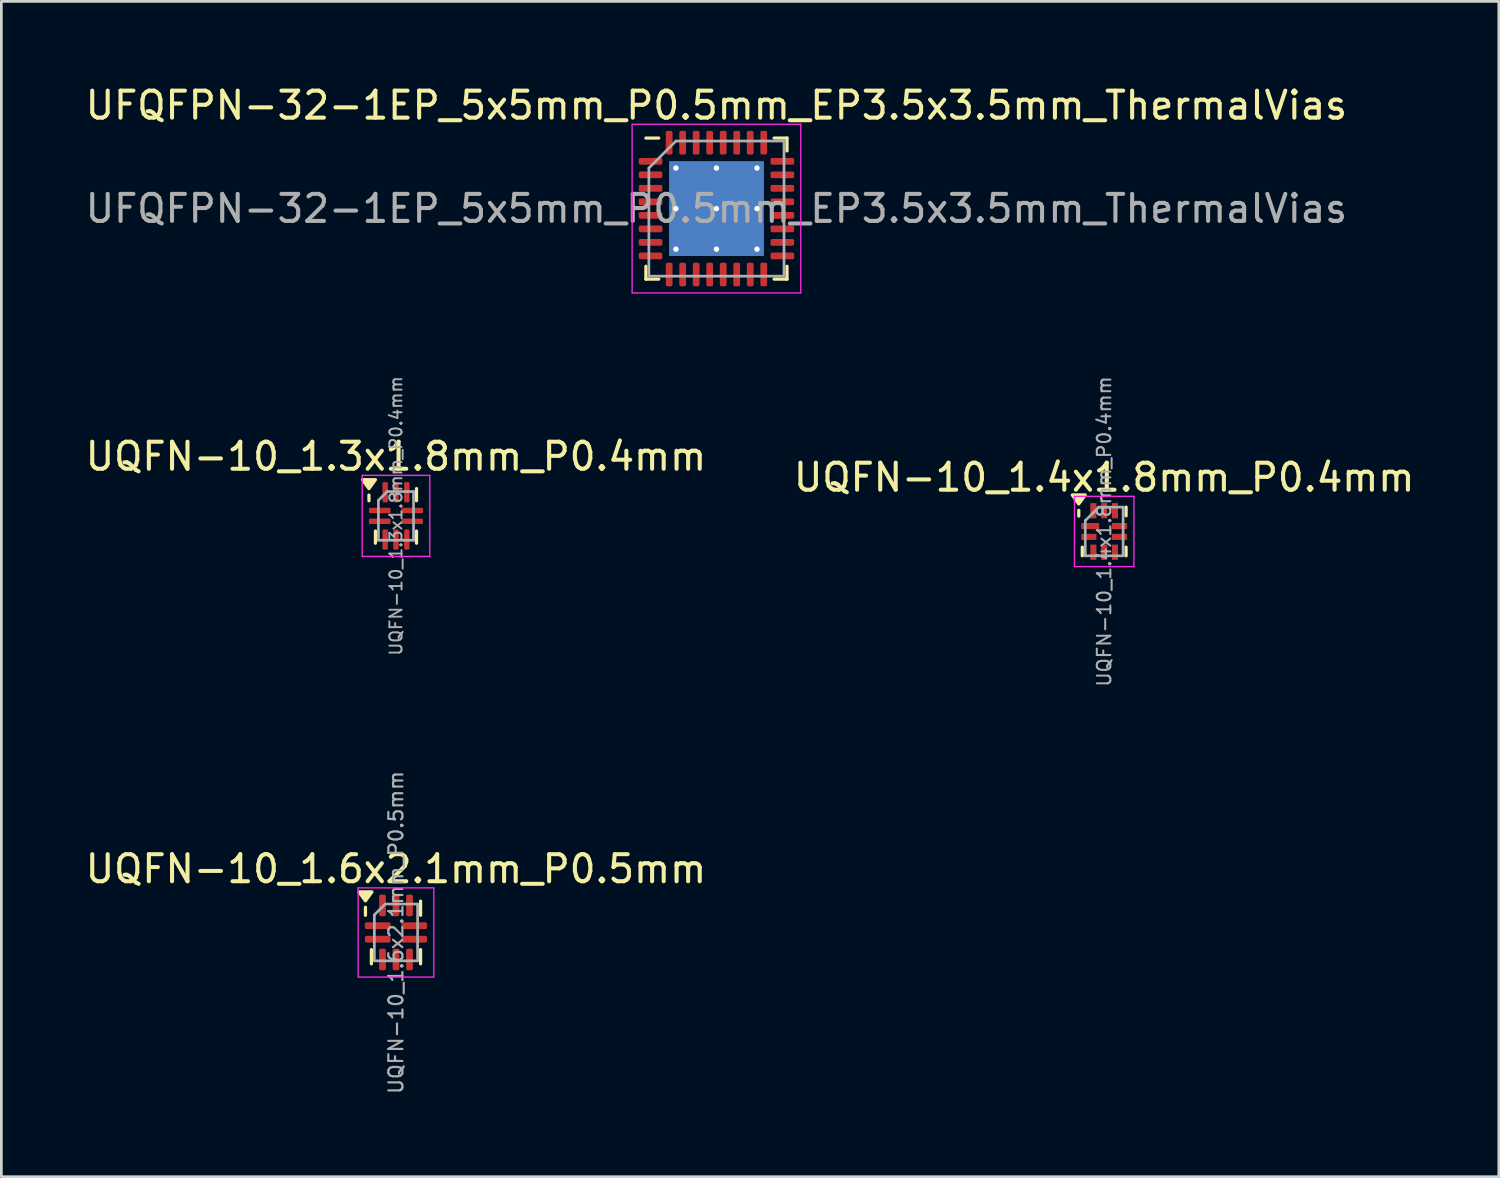
<source format=kicad_pcb>
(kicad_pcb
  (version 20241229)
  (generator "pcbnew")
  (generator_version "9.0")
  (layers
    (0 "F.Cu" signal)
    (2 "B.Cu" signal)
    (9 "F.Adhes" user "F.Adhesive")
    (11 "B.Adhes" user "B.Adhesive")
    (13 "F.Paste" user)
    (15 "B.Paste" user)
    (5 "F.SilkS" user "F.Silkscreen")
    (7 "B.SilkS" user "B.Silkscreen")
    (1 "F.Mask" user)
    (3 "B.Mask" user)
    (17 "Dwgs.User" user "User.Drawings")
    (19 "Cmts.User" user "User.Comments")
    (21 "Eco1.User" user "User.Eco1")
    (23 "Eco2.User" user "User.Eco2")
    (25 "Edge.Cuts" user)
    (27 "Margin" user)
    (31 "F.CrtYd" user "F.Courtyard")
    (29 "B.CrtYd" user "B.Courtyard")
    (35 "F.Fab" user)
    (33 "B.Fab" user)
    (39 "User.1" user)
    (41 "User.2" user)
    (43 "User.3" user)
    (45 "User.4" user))
  (footprint "UQFN-10_1.3x1.8mm_P0.4mm"
    (layer "F.Cu")
    (at 11.601 16.038)
    (property "Reference" "UQFN-10_1.3x1.8mm_P0.4mm" (at 0 -2.2 0) (layer "F.SilkS") (effects (font (size 1 1) (thickness 0.15))))
    (attr smd)
    (fp_line (start -1 -0.56) (end -1 -0.77) (stroke (width 0.12) (type solid)) (layer "F.SilkS"))
    (fp_line (start -0.76 1.01) (end -0.76 0.56) (stroke (width 0.12) (type solid)) (layer "F.SilkS"))
    (fp_line (start 0.76 -1.01) (end 0.76 -0.56) (stroke (width 0.12) (type solid)) (layer "F.SilkS"))
    (fp_line (start 0.76 1.01) (end 0.76 0.56) (stroke (width 0.12) (type solid)) (layer "F.SilkS"))
    (fp_poly (pts (xy -1 -1.01) (xy -1.24 -1.34) (xy -0.76 -1.34) (xy -1 -1.01)) (stroke (width 0.12) (type solid)) (fill yes) (layer "F.SilkS"))
    (fp_line (start -1.25 -1.5) (end -1.25 1.5) (stroke (width 0.05) (type solid)) (layer "F.CrtYd"))
    (fp_line (start -1.25 1.5) (end 1.25 1.5) (stroke (width 0.05) (type solid)) (layer "F.CrtYd"))
    (fp_line (start 1.25 -1.5) (end -1.25 -1.5) (stroke (width 0.05) (type solid)) (layer "F.CrtYd"))
    (fp_line (start 1.25 1.5) (end 1.25 -1.5) (stroke (width 0.05) (type solid)) (layer "F.CrtYd"))
    (fp_line (start -0.65 -0.575) (end -0.325 -0.9) (stroke (width 0.1) (type solid)) (layer "F.Fab"))
    (fp_line (start -0.65 0.9) (end -0.65 -0.575) (stroke (width 0.1) (type solid)) (layer "F.Fab"))
    (fp_line (start -0.325 -0.9) (end 0.65 -0.9) (stroke (width 0.1) (type solid)) (layer "F.Fab"))
    (fp_line (start 0.65 -0.9) (end 0.65 0.9) (stroke (width 0.1) (type solid)) (layer "F.Fab"))
    (fp_line (start 0.65 0.9) (end -0.65 0.9) (stroke (width 0.1) (type solid)) (layer "F.Fab"))
    (fp_text user "${REFERENCE}" (at 0 0 90) (layer "F.Fab") (effects (font (size 0.45 0.45) (thickness 0.07))))
    (pad "1" smd roundrect (at -0.6 -0.2) (size 0.8 0.2) (layers "F.Cu" "F.Mask" "F.Paste") (roundrect_rratio 0.25))
    (pad "2" smd roundrect (at -0.6 0.2) (size 0.8 0.2) (layers "F.Cu" "F.Mask" "F.Paste") (roundrect_rratio 0.25))
    (pad "3" smd roundrect (at -0.4 0.875) (size 0.2 0.75) (layers "F.Cu" "F.Mask" "F.Paste") (roundrect_rratio 0.25))
    (pad "4" smd roundrect (at 0 0.875) (size 0.2 0.75) (layers "F.Cu" "F.Mask" "F.Paste") (roundrect_rratio 0.25))
    (pad "5" smd roundrect (at 0.4 0.875) (size 0.2 0.75) (layers "F.Cu" "F.Mask" "F.Paste") (roundrect_rratio 0.25))
    (pad "6" smd roundrect (at 0.6 0.2) (size 0.8 0.2) (layers "F.Cu" "F.Mask" "F.Paste") (roundrect_rratio 0.25))
    (pad "7" smd roundrect (at 0.6 -0.2) (size 0.8 0.2) (layers "F.Cu" "F.Mask" "F.Paste") (roundrect_rratio 0.25))
    (pad "8" smd roundrect (at 0.4 -0.875) (size 0.2 0.75) (layers "F.Cu" "F.Mask" "F.Paste") (roundrect_rratio 0.25))
    (pad "9" smd roundrect (at 0 -0.875) (size 0.2 0.75) (layers "F.Cu" "F.Mask" "F.Paste") (roundrect_rratio 0.25))
    (pad "10" smd roundrect (at -0.4 -0.875) (size 0.2 0.75) (layers "F.Cu" "F.Mask" "F.Paste") (roundrect_rratio 0.25)))
  (footprint "UFQFPN-32-1EP_5x5mm_P0.5mm_EP3.5x3.5mm_ThermalVias"
    (layer "F.Cu")
    (at 23.458 4.668)
    (property "Reference" "UFQFPN-32-1EP_5x5mm_P0.5mm_EP3.5x3.5mm_ThermalVias" (at 0 -3.82 0) (layer "F.SilkS") (effects (font (size 1 1) (thickness 0.15))))
    (attr smd)
    (fp_line (start -2.61 2.61) (end -2.61 2.135) (stroke (width 0.12) (type solid)) (layer "F.SilkS"))
    (fp_line (start -2.135 -2.61) (end -2.61 -2.61) (stroke (width 0.12) (type solid)) (layer "F.SilkS"))
    (fp_line (start -2.135 2.61) (end -2.61 2.61) (stroke (width 0.12) (type solid)) (layer "F.SilkS"))
    (fp_line (start 2.135 -2.61) (end 2.61 -2.61) (stroke (width 0.12) (type solid)) (layer "F.SilkS"))
    (fp_line (start 2.135 2.61) (end 2.61 2.61) (stroke (width 0.12) (type solid)) (layer "F.SilkS"))
    (fp_line (start 2.61 -2.61) (end 2.61 -2.135) (stroke (width 0.12) (type solid)) (layer "F.SilkS"))
    (fp_line (start 2.61 2.61) (end 2.61 2.135) (stroke (width 0.12) (type solid)) (layer "F.SilkS"))
    (fp_line (start -3.12 -3.12) (end -3.12 3.12) (stroke (width 0.05) (type solid)) (layer "F.CrtYd"))
    (fp_line (start -3.12 3.12) (end 3.12 3.12) (stroke (width 0.05) (type solid)) (layer "F.CrtYd"))
    (fp_line (start 3.12 -3.12) (end -3.12 -3.12) (stroke (width 0.05) (type solid)) (layer "F.CrtYd"))
    (fp_line (start 3.12 3.12) (end 3.12 -3.12) (stroke (width 0.05) (type solid)) (layer "F.CrtYd"))
    (fp_line (start -2.5 -1.5) (end -1.5 -2.5) (stroke (width 0.1) (type solid)) (layer "F.Fab"))
    (fp_line (start -2.5 2.5) (end -2.5 -1.5) (stroke (width 0.1) (type solid)) (layer "F.Fab"))
    (fp_line (start -1.5 -2.5) (end 2.5 -2.5) (stroke (width 0.1) (type solid)) (layer "F.Fab"))
    (fp_line (start 2.5 -2.5) (end 2.5 2.5) (stroke (width 0.1) (type solid)) (layer "F.Fab"))
    (fp_line (start 2.5 2.5) (end -2.5 2.5) (stroke (width 0.1) (type solid)) (layer "F.Fab"))
    (fp_text user "${REFERENCE}" (at 0 0 0) (layer "F.Fab") (effects (font (size 1 1) (thickness 0.15))))
    (pad "" smd roundrect (at -0.875 -0.875) (size 1.41 1.41) (layers "F.Paste") (roundrect_rratio 0.177))
    (pad "" smd roundrect (at -0.875 0.875) (size 1.41 1.41) (layers "F.Paste") (roundrect_rratio 0.177))
    (pad "" smd roundrect (at 0.875 -0.875) (size 1.41 1.41) (layers "F.Paste") (roundrect_rratio 0.177))
    (pad "" smd roundrect (at 0.875 0.875) (size 1.41 1.41) (layers "F.Paste") (roundrect_rratio 0.177))
    (pad "1" smd roundrect (at -2.438 -1.75) (size 0.875 0.25) (layers "F.Cu" "F.Mask" "F.Paste") (roundrect_rratio 0.25))
    (pad "2" smd roundrect (at -2.438 -1.25) (size 0.875 0.25) (layers "F.Cu" "F.Mask" "F.Paste") (roundrect_rratio 0.25))
    (pad "3" smd roundrect (at -2.438 -0.75) (size 0.875 0.25) (layers "F.Cu" "F.Mask" "F.Paste") (roundrect_rratio 0.25))
    (pad "4" smd roundrect (at -2.438 -0.25) (size 0.875 0.25) (layers "F.Cu" "F.Mask" "F.Paste") (roundrect_rratio 0.25))
    (pad "5" smd roundrect (at -2.438 0.25) (size 0.875 0.25) (layers "F.Cu" "F.Mask" "F.Paste") (roundrect_rratio 0.25))
    (pad "6" smd roundrect (at -2.438 0.75) (size 0.875 0.25) (layers "F.Cu" "F.Mask" "F.Paste") (roundrect_rratio 0.25))
    (pad "7" smd roundrect (at -2.438 1.25) (size 0.875 0.25) (layers "F.Cu" "F.Mask" "F.Paste") (roundrect_rratio 0.25))
    (pad "8" smd roundrect (at -2.438 1.75) (size 0.875 0.25) (layers "F.Cu" "F.Mask" "F.Paste") (roundrect_rratio 0.25))
    (pad "9" smd roundrect (at -1.75 2.438) (size 0.25 0.875) (layers "F.Cu" "F.Mask" "F.Paste") (roundrect_rratio 0.25))
    (pad "10" smd roundrect (at -1.25 2.438) (size 0.25 0.875) (layers "F.Cu" "F.Mask" "F.Paste") (roundrect_rratio 0.25))
    (pad "11" smd roundrect (at -0.75 2.438) (size 0.25 0.875) (layers "F.Cu" "F.Mask" "F.Paste") (roundrect_rratio 0.25))
    (pad "12" smd roundrect (at -0.25 2.438) (size 0.25 0.875) (layers "F.Cu" "F.Mask" "F.Paste") (roundrect_rratio 0.25))
    (pad "13" smd roundrect (at 0.25 2.438) (size 0.25 0.875) (layers "F.Cu" "F.Mask" "F.Paste") (roundrect_rratio 0.25))
    (pad "14" smd roundrect (at 0.75 2.438) (size 0.25 0.875) (layers "F.Cu" "F.Mask" "F.Paste") (roundrect_rratio 0.25))
    (pad "15" smd roundrect (at 1.25 2.438) (size 0.25 0.875) (layers "F.Cu" "F.Mask" "F.Paste") (roundrect_rratio 0.25))
    (pad "16" smd roundrect (at 1.75 2.438) (size 0.25 0.875) (layers "F.Cu" "F.Mask" "F.Paste") (roundrect_rratio 0.25))
    (pad "17" smd roundrect (at 2.438 1.75) (size 0.875 0.25) (layers "F.Cu" "F.Mask" "F.Paste") (roundrect_rratio 0.25))
    (pad "18" smd roundrect (at 2.438 1.25) (size 0.875 0.25) (layers "F.Cu" "F.Mask" "F.Paste") (roundrect_rratio 0.25))
    (pad "19" smd roundrect (at 2.438 0.75) (size 0.875 0.25) (layers "F.Cu" "F.Mask" "F.Paste") (roundrect_rratio 0.25))
    (pad "20" smd roundrect (at 2.438 0.25) (size 0.875 0.25) (layers "F.Cu" "F.Mask" "F.Paste") (roundrect_rratio 0.25))
    (pad "21" smd roundrect (at 2.438 -0.25) (size 0.875 0.25) (layers "F.Cu" "F.Mask" "F.Paste") (roundrect_rratio 0.25))
    (pad "22" smd roundrect (at 2.438 -0.75) (size 0.875 0.25) (layers "F.Cu" "F.Mask" "F.Paste") (roundrect_rratio 0.25))
    (pad "23" smd roundrect (at 2.438 -1.25) (size 0.875 0.25) (layers "F.Cu" "F.Mask" "F.Paste") (roundrect_rratio 0.25))
    (pad "24" smd roundrect (at 2.438 -1.75) (size 0.875 0.25) (layers "F.Cu" "F.Mask" "F.Paste") (roundrect_rratio 0.25))
    (pad "25" smd roundrect (at 1.75 -2.438) (size 0.25 0.875) (layers "F.Cu" "F.Mask" "F.Paste") (roundrect_rratio 0.25))
    (pad "26" smd roundrect (at 1.25 -2.438) (size 0.25 0.875) (layers "F.Cu" "F.Mask" "F.Paste") (roundrect_rratio 0.25))
    (pad "27" smd roundrect (at 0.75 -2.438) (size 0.25 0.875) (layers "F.Cu" "F.Mask" "F.Paste") (roundrect_rratio 0.25))
    (pad "28" smd roundrect (at 0.25 -2.438) (size 0.25 0.875) (layers "F.Cu" "F.Mask" "F.Paste") (roundrect_rratio 0.25))
    (pad "29" smd roundrect (at -0.25 -2.438) (size 0.25 0.875) (layers "F.Cu" "F.Mask" "F.Paste") (roundrect_rratio 0.25))
    (pad "30" smd roundrect (at -0.75 -2.438) (size 0.25 0.875) (layers "F.Cu" "F.Mask" "F.Paste") (roundrect_rratio 0.25))
    (pad "31" smd roundrect (at -1.25 -2.438) (size 0.25 0.875) (layers "F.Cu" "F.Mask" "F.Paste") (roundrect_rratio 0.25))
    (pad "32" smd roundrect (at -1.75 -2.438) (size 0.25 0.875) (layers "F.Cu" "F.Mask" "F.Paste") (roundrect_rratio 0.25))
    (pad "33" thru_hole circle (at -1.5 -1.5) (size 0.5 0.5) (drill 0.2) (layers "*.Cu"))
    (pad "33" thru_hole circle (at -1.5 0) (size 0.5 0.5) (drill 0.2) (layers "*.Cu"))
    (pad "33" thru_hole circle (at -1.5 1.5) (size 0.5 0.5) (drill 0.2) (layers "*.Cu"))
    (pad "33" thru_hole circle (at 0 -1.5) (size 0.5 0.5) (drill 0.2) (layers "*.Cu"))
    (pad "33" thru_hole circle (at 0 0) (size 0.5 0.5) (drill 0.2) (layers "*.Cu"))
    (pad "33" smd rect (at 0 0) (size 3.5 3.5) (layers "F.Cu" "F.Mask"))
    (pad "33" smd rect (at 0 0) (size 3.5 3.5) (layers "B.Cu"))
    (pad "33" thru_hole circle (at 0 1.5) (size 0.5 0.5) (drill 0.2) (layers "*.Cu"))
    (pad "33" thru_hole circle (at 1.5 -1.5) (size 0.5 0.5) (drill 0.2) (layers "*.Cu"))
    (pad "33" thru_hole circle (at 1.5 0) (size 0.5 0.5) (drill 0.2) (layers "*.Cu"))
    (pad "33" thru_hole circle (at 1.5 1.5) (size 0.5 0.5) (drill 0.2) (layers "*.Cu")))
  (footprint "UQFN-10_1.6x2.1mm_P0.5mm"
    (layer "F.Cu")
    (at 11.601 31.45)
    (property "Reference" "UQFN-10_1.6x2.1mm_P0.5mm" (at 0 -2.35 0) (layer "F.SilkS") (effects (font (size 1 1) (thickness 0.15))))
    (attr smd)
    (fp_line (start -1.13 -0.635) (end -1.13 -0.93) (stroke (width 0.12) (type solid)) (layer "F.SilkS"))
    (fp_line (start -0.91 1.16) (end -0.91 0.635) (stroke (width 0.12) (type solid)) (layer "F.SilkS"))
    (fp_line (start 0.91 -1.16) (end 0.91 -0.635) (stroke (width 0.12) (type solid)) (layer "F.SilkS"))
    (fp_line (start 0.91 1.16) (end 0.91 0.635) (stroke (width 0.12) (type solid)) (layer "F.SilkS"))
    (fp_poly (pts (xy -1.13 -1.17) (xy -1.37 -1.5) (xy -0.89 -1.5) (xy -1.13 -1.17)) (stroke (width 0.12) (type solid)) (fill yes) (layer "F.SilkS"))
    (fp_line (start -1.4 -1.65) (end -1.4 1.65) (stroke (width 0.05) (type solid)) (layer "F.CrtYd"))
    (fp_line (start -1.4 1.65) (end 1.4 1.65) (stroke (width 0.05) (type solid)) (layer "F.CrtYd"))
    (fp_line (start 1.4 -1.65) (end -1.4 -1.65) (stroke (width 0.05) (type solid)) (layer "F.CrtYd"))
    (fp_line (start 1.4 1.65) (end 1.4 -1.65) (stroke (width 0.05) (type solid)) (layer "F.CrtYd"))
    (fp_line (start -0.8 -0.65) (end -0.4 -1.05) (stroke (width 0.1) (type solid)) (layer "F.Fab"))
    (fp_line (start -0.8 1.05) (end -0.8 -0.65) (stroke (width 0.1) (type solid)) (layer "F.Fab"))
    (fp_line (start -0.4 -1.05) (end 0.8 -1.05) (stroke (width 0.1) (type solid)) (layer "F.Fab"))
    (fp_line (start 0.8 -1.05) (end 0.8 1.05) (stroke (width 0.1) (type solid)) (layer "F.Fab"))
    (fp_line (start 0.8 1.05) (end -0.8 1.05) (stroke (width 0.1) (type solid)) (layer "F.Fab"))
    (fp_text user "${REFERENCE}" (at 0 0 90) (layer "F.Fab") (effects (font (size 0.52 0.52) (thickness 0.08))))
    (pad "1" smd roundrect (at -0.675 -0.25) (size 0.95 0.25) (layers "F.Cu" "F.Mask" "F.Paste") (roundrect_rratio 0.25))
    (pad "2" smd roundrect (at -0.675 0.25) (size 0.95 0.25) (layers "F.Cu" "F.Mask" "F.Paste") (roundrect_rratio 0.25))
    (pad "3" smd roundrect (at -0.5 1) (size 0.25 0.8) (layers "F.Cu" "F.Mask" "F.Paste") (roundrect_rratio 0.25))
    (pad "4" smd roundrect (at 0 1) (size 0.25 0.8) (layers "F.Cu" "F.Mask" "F.Paste") (roundrect_rratio 0.25))
    (pad "5" smd roundrect (at 0.5 1) (size 0.25 0.8) (layers "F.Cu" "F.Mask" "F.Paste") (roundrect_rratio 0.25))
    (pad "6" smd roundrect (at 0.675 0.25) (size 0.95 0.25) (layers "F.Cu" "F.Mask" "F.Paste") (roundrect_rratio 0.25))
    (pad "7" smd roundrect (at 0.675 -0.25) (size 0.95 0.25) (layers "F.Cu" "F.Mask" "F.Paste") (roundrect_rratio 0.25))
    (pad "8" smd roundrect (at 0.5 -1) (size 0.25 0.8) (layers "F.Cu" "F.Mask" "F.Paste") (roundrect_rratio 0.25))
    (pad "9" smd roundrect (at 0 -1) (size 0.25 0.8) (layers "F.Cu" "F.Mask" "F.Paste") (roundrect_rratio 0.25))
    (pad "10" smd roundrect (at -0.5 -1) (size 0.25 0.8) (layers "F.Cu" "F.Mask" "F.Paste") (roundrect_rratio 0.25)))
  (footprint "UQFN-10_1.4x1.8mm_P0.4mm"
    (layer "F.Cu")
    (at 37.804 16.614)
    (property "Reference" "UQFN-10_1.4x1.8mm_P0.4mm" (at 0 -2 0) (layer "F.SilkS") (effects (font (size 1 1) (thickness 0.15))))
    (attr smd)
    (fp_line (start -0.94 -0.57) (end -0.94 -0.78) (stroke (width 0.12) (type solid)) (layer "F.SilkS"))
    (fp_line (start -0.81 0.9) (end -0.81 0.58) (stroke (width 0.12) (type solid)) (layer "F.SilkS"))
    (fp_line (start 0.81 -0.58) (end 0.81 -0.9) (stroke (width 0.12) (type solid)) (layer "F.SilkS"))
    (fp_line (start 0.81 0.9) (end 0.81 0.58) (stroke (width 0.12) (type solid)) (layer "F.SilkS"))
    (fp_poly (pts (xy -0.94 -1.02) (xy -1.18 -1.35) (xy -0.7 -1.35) (xy -0.94 -1.02)) (stroke (width 0.12) (type solid)) (fill yes) (layer "F.SilkS"))
    (fp_line (start -1.1 1.3) (end -1.1 -1.3) (stroke (width 0.05) (type solid)) (layer "F.CrtYd"))
    (fp_line (start -1.1 1.3) (end 1.1 1.3) (stroke (width 0.05) (type solid)) (layer "F.CrtYd"))
    (fp_line (start 1.1 -1.3) (end -1.1 -1.3) (stroke (width 0.05) (type solid)) (layer "F.CrtYd"))
    (fp_line (start 1.1 -1.3) (end 1.1 1.3) (stroke (width 0.05) (type solid)) (layer "F.CrtYd"))
    (fp_line (start -0.7 -0.4) (end -0.7 0.9) (stroke (width 0.1) (type solid)) (layer "F.Fab"))
    (fp_line (start -0.7 0.9) (end 0.7 0.9) (stroke (width 0.1) (type solid)) (layer "F.Fab"))
    (fp_line (start -0.2 -0.9) (end -0.7 -0.4) (stroke (width 0.1) (type solid)) (layer "F.Fab"))
    (fp_line (start -0.2 -0.9) (end 0.7 -0.9) (stroke (width 0.1) (type solid)) (layer "F.Fab"))
    (fp_line (start 0.7 -0.9) (end 0.7 0.9) (stroke (width 0.1) (type solid)) (layer "F.Fab"))
    (fp_text user "${REFERENCE}" (at 0 0 90) (layer "F.Fab") (effects (font (size 0.5 0.5) (thickness 0.075))))
    (pad "1" smd rect (at -0.518 -0.2) (size 0.663 0.225) (layers "F.Cu" "F.Mask" "F.Paste"))
    (pad "2" smd rect (at -0.569 0.2) (size 0.563 0.225) (layers "F.Cu" "F.Mask" "F.Paste"))
    (pad "3" smd rect (at -0.4 0.768) (size 0.225 0.563) (layers "F.Cu" "F.Mask" "F.Paste"))
    (pad "4" smd rect (at 0 0.768) (size 0.225 0.563) (layers "F.Cu" "F.Mask" "F.Paste"))
    (pad "5" smd rect (at 0.4 0.768) (size 0.225 0.563) (layers "F.Cu" "F.Mask" "F.Paste"))
    (pad "6" smd rect (at 0.569 0.2) (size 0.563 0.225) (layers "F.Cu" "F.Mask" "F.Paste"))
    (pad "7" smd rect (at 0.569 -0.2) (size 0.563 0.225) (layers "F.Cu" "F.Mask" "F.Paste"))
    (pad "8" smd rect (at 0.4 -0.768) (size 0.225 0.563) (layers "F.Cu" "F.Mask" "F.Paste"))
    (pad "9" smd rect (at 0 -0.768) (size 0.225 0.563) (layers "F.Cu" "F.Mask" "F.Paste"))
    (pad "10" smd rect (at -0.4 -0.768) (size 0.225 0.563) (layers "F.Cu" "F.Mask" "F.Paste")))
  (gr_rect
    (start -3 -3)
    (end 52.405 40.486)
    (stroke (width 0.1) (type default))
    (fill no)
    (layer "Edge.Cuts")))
</source>
